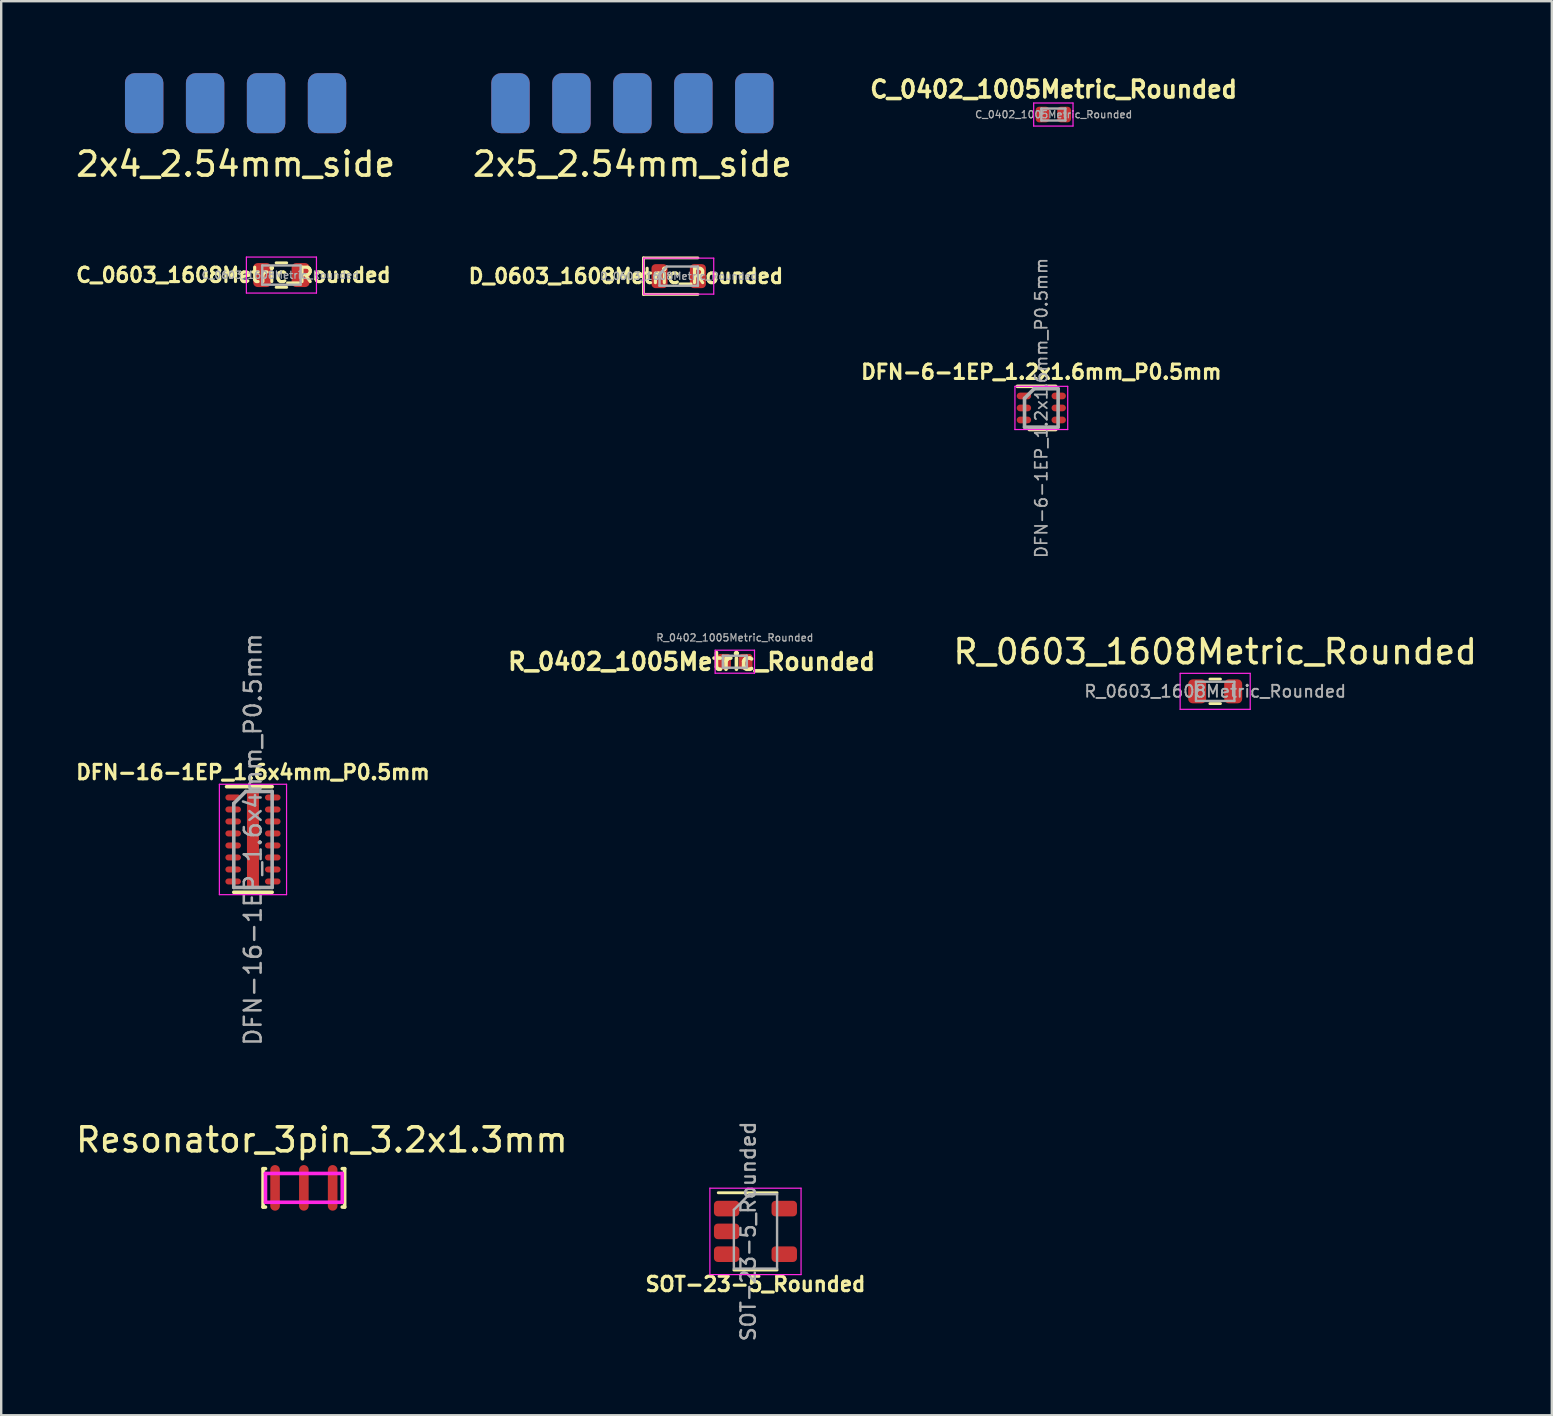
<source format=kicad_pcb>
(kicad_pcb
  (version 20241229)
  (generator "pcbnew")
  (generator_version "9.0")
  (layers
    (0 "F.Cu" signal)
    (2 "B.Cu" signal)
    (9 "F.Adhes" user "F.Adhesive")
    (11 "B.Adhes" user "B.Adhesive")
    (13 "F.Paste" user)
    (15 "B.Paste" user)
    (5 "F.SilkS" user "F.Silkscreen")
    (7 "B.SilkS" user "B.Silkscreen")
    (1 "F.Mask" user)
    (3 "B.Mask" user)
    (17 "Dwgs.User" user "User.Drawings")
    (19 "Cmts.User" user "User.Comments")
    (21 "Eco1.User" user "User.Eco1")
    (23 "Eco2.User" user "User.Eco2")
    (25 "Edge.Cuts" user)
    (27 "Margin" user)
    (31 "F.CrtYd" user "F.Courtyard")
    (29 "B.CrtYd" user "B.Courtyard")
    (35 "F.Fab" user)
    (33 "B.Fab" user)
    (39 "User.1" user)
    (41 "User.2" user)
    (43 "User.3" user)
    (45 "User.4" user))
  (footprint "C_0402_1005Metric_Rounded"
    (layer "F.Cu")
    (at 40.847 1.723)
    (property "Reference" "C_0402_1005Metric_Rounded" (at 0.013 -1.05 0) (layer "F.SilkS") (effects (font (size 0.7 0.7) (thickness 0.15))))
    (attr smd)
    (fp_line (start -0.82 -0.48) (end 0.82 -0.48) (stroke (width 0.05) (type solid)) (layer "F.CrtYd"))
    (fp_line (start -0.82 0.48) (end -0.82 -0.48) (stroke (width 0.05) (type solid)) (layer "F.CrtYd"))
    (fp_line (start 0.82 -0.48) (end 0.82 0.48) (stroke (width 0.05) (type solid)) (layer "F.CrtYd"))
    (fp_line (start 0.82 0.48) (end -0.82 0.48) (stroke (width 0.05) (type solid)) (layer "F.CrtYd"))
    (fp_line (start -0.5 -0.25) (end 0.5 -0.25) (stroke (width 0.1) (type solid)) (layer "F.Fab"))
    (fp_line (start -0.5 0.25) (end -0.5 -0.25) (stroke (width 0.1) (type solid)) (layer "F.Fab"))
    (fp_line (start 0.5 -0.25) (end 0.5 0.25) (stroke (width 0.1) (type solid)) (layer "F.Fab"))
    (fp_line (start 0.5 0.25) (end -0.5 0.25) (stroke (width 0.1) (type solid)) (layer "F.Fab"))
    (fp_text user "${REFERENCE}" (at 0.013 0 0) (layer "F.Fab") (effects (font (size 0.3 0.3) (thickness 0.05))))
    (pad "1" smd roundrect (at -0.45 0) (size 0.575 0.65) (layers "F.Cu" "F.Mask" "F.Paste") (roundrect_rratio 0.25))
    (pad "2" smd roundrect (at 0.45 0) (size 0.575 0.65) (layers "F.Cu" "F.Mask" "F.Paste") (roundrect_rratio 0.25)))
  (footprint "R_0603_1608Metric_Rounded"
    (layer "F.Cu")
    (at 47.591 25.761)
    (property "Reference" "R_0603_1608Metric_Rounded" (at 0 -1.65 0) (layer "F.SilkS") (effects (font (size 1 1) (thickness 0.15))))
    (attr smd)
    (fp_line (start -0.22 -0.51) (end 0.22 -0.51) (stroke (width 0.12) (type solid)) (layer "F.SilkS"))
    (fp_line (start -0.22 0.51) (end 0.22 0.51) (stroke (width 0.12) (type solid)) (layer "F.SilkS"))
    (fp_line (start -1.46 -0.75) (end 1.46 -0.75) (stroke (width 0.05) (type solid)) (layer "F.CrtYd"))
    (fp_line (start -1.46 0.75) (end -1.46 -0.75) (stroke (width 0.05) (type solid)) (layer "F.CrtYd"))
    (fp_line (start 1.46 -0.75) (end 1.46 0.75) (stroke (width 0.05) (type solid)) (layer "F.CrtYd"))
    (fp_line (start 1.46 0.75) (end -1.46 0.75) (stroke (width 0.05) (type solid)) (layer "F.CrtYd"))
    (fp_line (start -0.8 -0.4) (end 0.8 -0.4) (stroke (width 0.1) (type solid)) (layer "F.Fab"))
    (fp_line (start -0.8 0.4) (end -0.8 -0.4) (stroke (width 0.1) (type solid)) (layer "F.Fab"))
    (fp_line (start 0.8 -0.4) (end 0.8 0.4) (stroke (width 0.1) (type solid)) (layer "F.Fab"))
    (fp_line (start 0.8 0.4) (end -0.8 0.4) (stroke (width 0.1) (type solid)) (layer "F.Fab"))
    (fp_text user "${REFERENCE}" (at 0 0 0) (layer "F.Fab") (effects (font (size 0.5 0.5) (thickness 0.08))))
    (pad "1" smd roundrect (at -0.75 0) (size 0.75 1) (layers "F.Cu" "F.Mask" "F.Paste") (roundrect_rratio 0.25))
    (pad "2" smd roundrect (at 0.75 0) (size 0.75 1) (layers "F.Cu" "F.Mask" "F.Paste") (roundrect_rratio 0.25)))
  (footprint "C_0603_1608Metric_Rounded"
    (layer "F.Cu")
    (at 8.678 8.413)
    (property "Reference" "C_0603_1608Metric_Rounded" (at -2 0 0) (layer "F.SilkS") (effects (font (size 0.6 0.6) (thickness 0.13))))
    (attr smd)
    (fp_line (start -0.22 -0.51) (end 0.22 -0.51) (stroke (width 0.12) (type solid)) (layer "F.SilkS"))
    (fp_line (start -0.22 0.51) (end 0.22 0.51) (stroke (width 0.12) (type solid)) (layer "F.SilkS"))
    (fp_line (start -1.46 -0.75) (end 1.46 -0.75) (stroke (width 0.05) (type solid)) (layer "F.CrtYd"))
    (fp_line (start -1.46 0.75) (end -1.46 -0.75) (stroke (width 0.05) (type solid)) (layer "F.CrtYd"))
    (fp_line (start 1.46 -0.75) (end 1.46 0.75) (stroke (width 0.05) (type solid)) (layer "F.CrtYd"))
    (fp_line (start 1.46 0.75) (end -1.46 0.75) (stroke (width 0.05) (type solid)) (layer "F.CrtYd"))
    (fp_line (start -0.8 -0.4) (end 0.8 -0.4) (stroke (width 0.1) (type solid)) (layer "F.Fab"))
    (fp_line (start -0.8 0.4) (end -0.8 -0.4) (stroke (width 0.1) (type solid)) (layer "F.Fab"))
    (fp_line (start 0.8 -0.4) (end 0.8 0.4) (stroke (width 0.1) (type solid)) (layer "F.Fab"))
    (fp_line (start 0.8 0.4) (end -0.8 0.4) (stroke (width 0.1) (type solid)) (layer "F.Fab"))
    (fp_text user "${REFERENCE}" (at -0.05 0 0) (layer "F.Fab") (effects (font (size 0.3 0.3) (thickness 0.05))))
    (pad "1" smd roundrect (at -0.8 0) (size 0.75 1) (layers "F.Cu" "F.Mask" "F.Paste") (roundrect_rratio 0.25))
    (pad "2" smd roundrect (at 0.8 0) (size 0.75 1) (layers "F.Cu" "F.Mask" "F.Paste") (roundrect_rratio 0.25)))
  (footprint "2x5_2.54mm_side"
    (layer "F.Cu")
    (at 23.304 1.25)
    (property "Reference" "2x5_2.54mm_side" (at 0 2.54 0) (layer "F.SilkS") (effects (font (size 1 1) (thickness 0.15))))
    (attr through_hole)
    (pad "1" smd roundrect (at -5.08 0) (size 1.6 2.5) (layers "F.Cu" "F.Mask") (roundrect_rratio 0.25))
    (pad "2" smd roundrect (at -2.54 0) (size 1.6 2.5) (layers "F.Cu" "F.Mask") (roundrect_rratio 0.25))
    (pad "3" smd roundrect (at 0 0) (size 1.6 2.5) (layers "F.Cu" "F.Mask") (roundrect_rratio 0.25))
    (pad "4" smd roundrect (at 2.54 0) (size 1.6 2.5) (layers "F.Cu" "F.Mask") (roundrect_rratio 0.25))
    (pad "5" smd roundrect (at 5.08 0) (size 1.6 2.5) (layers "F.Cu" "F.Mask") (roundrect_rratio 0.25))
    (pad "6" smd roundrect (at 5.08 0) (size 1.6 2.5) (layers "B.Cu" "B.Mask") (roundrect_rratio 0.25))
    (pad "7" smd roundrect (at 2.54 0) (size 1.6 2.5) (layers "B.Cu" "B.Mask") (roundrect_rratio 0.25))
    (pad "8" smd roundrect (at 0 0) (size 1.6 2.5) (layers "B.Cu" "B.Mask") (roundrect_rratio 0.25))
    (pad "9" smd roundrect (at -2.54 0) (size 1.6 2.5) (layers "B.Cu" "B.Mask") (roundrect_rratio 0.25))
    (pad "10" smd roundrect (at -5.08 0) (size 1.6 2.5) (layers "B.Cu" "B.Mask") (roundrect_rratio 0.25)))
  (footprint "DFN-6-1EP_1.2x1.6mm_P0.5mm"
    (layer "F.Cu")
    (at 40.346 13.951)
    (property "Reference" "DFN-6-1EP_1.2x1.6mm_P0.5mm" (at 0 -1.5 0) (layer "F.SilkS") (effects (font (size 0.6 0.6) (thickness 0.13))))
    (attr smd)
    (fp_line (start -1 -0.9) (end 0.6 -0.9) (stroke (width 0.15) (type solid)) (layer "F.SilkS"))
    (fp_line (start -0.5 0.9) (end 0.6 0.9) (stroke (width 0.15) (type solid)) (layer "F.SilkS"))
    (fp_line (start -1.1 -0.9) (end -1.1 0.9) (stroke (width 0.05) (type solid)) (layer "F.CrtYd"))
    (fp_line (start -1.1 -0.9) (end 1.1 -0.9) (stroke (width 0.05) (type solid)) (layer "F.CrtYd"))
    (fp_line (start -1.1 0.9) (end 1.1 0.9) (stroke (width 0.05) (type solid)) (layer "F.CrtYd"))
    (fp_line (start 1.1 -0.9) (end 1.1 0.9) (stroke (width 0.05) (type solid)) (layer "F.CrtYd"))
    (fp_line (start -0.7 -0.4) (end -0.3 -0.8) (stroke (width 0.15) (type solid)) (layer "F.Fab"))
    (fp_line (start -0.7 0.8) (end -0.7 -0.4) (stroke (width 0.15) (type solid)) (layer "F.Fab"))
    (fp_line (start -0.3 -0.8) (end 0.7 -0.8) (stroke (width 0.15) (type solid)) (layer "F.Fab"))
    (fp_line (start 0.7 -0.8) (end 0.7 0.8) (stroke (width 0.15) (type solid)) (layer "F.Fab"))
    (fp_line (start 0.7 0.8) (end -0.7 0.8) (stroke (width 0.15) (type solid)) (layer "F.Fab"))
    (fp_text user "${REFERENCE}" (at 0 0 90) (layer "F.Fab") (effects (font (size 0.5 0.5) (thickness 0.075))))
    (pad "1" smd roundrect (at -0.725 -0.5) (size 0.6 0.28) (layers "F.Cu" "F.Mask" "F.Paste") (roundrect_rratio 0.5))
    (pad "2" smd roundrect (at -0.725 0) (size 0.6 0.28) (layers "F.Cu" "F.Mask" "F.Paste") (roundrect_rratio 0.5))
    (pad "3" smd roundrect (at -0.725 0.5) (size 0.6 0.28) (layers "F.Cu" "F.Mask" "F.Paste") (roundrect_rratio 0.5))
    (pad "4" smd roundrect (at 0.725 0.5) (size 0.6 0.28) (layers "F.Cu" "F.Mask" "F.Paste") (roundrect_rratio 0.5))
    (pad "5" smd roundrect (at 0.725 0) (size 0.6 0.28) (layers "F.Cu" "F.Mask" "F.Paste") (roundrect_rratio 0.5))
    (pad "6" smd roundrect (at 0.725 -0.5) (size 0.6 0.28) (layers "F.Cu" "F.Mask" "F.Paste") (roundrect_rratio 0.5)))
  (footprint "DFN-16-1EP_1.6x4mm_P0.5mm"
    (layer "F.Cu")
    (at 7.492 31.934)
    (property "Reference" "DFN-16-1EP_1.6x4mm_P0.5mm" (at 0 -2.8 0) (layer "F.SilkS") (effects (font (size 0.6 0.6) (thickness 0.13))))
    (attr smd)
    (fp_line (start -1.1 -2.2) (end 0.8 -2.2) (stroke (width 0.15) (type solid)) (layer "F.SilkS"))
    (fp_line (start -0.8 2.2) (end 0.8 2.2) (stroke (width 0.15) (type solid)) (layer "F.SilkS"))
    (fp_line (start -1.4 -2.3) (end -1.4 2.3) (stroke (width 0.05) (type solid)) (layer "F.CrtYd"))
    (fp_line (start -1.4 -2.3) (end 1.4 -2.3) (stroke (width 0.05) (type solid)) (layer "F.CrtYd"))
    (fp_line (start -1.4 2.3) (end 1.4 2.3) (stroke (width 0.05) (type solid)) (layer "F.CrtYd"))
    (fp_line (start 1.4 -2.3) (end 1.4 2.3) (stroke (width 0.05) (type solid)) (layer "F.CrtYd"))
    (fp_line (start -0.8 -1.5) (end -0.3 -2) (stroke (width 0.15) (type solid)) (layer "F.Fab"))
    (fp_line (start -0.8 2) (end -0.8 -1.5) (stroke (width 0.15) (type solid)) (layer "F.Fab"))
    (fp_line (start -0.3 -2) (end 0.8 -2) (stroke (width 0.15) (type solid)) (layer "F.Fab"))
    (fp_line (start 0.8 -2) (end 0.8 2) (stroke (width 0.15) (type solid)) (layer "F.Fab"))
    (fp_line (start 0.8 2) (end -0.8 2) (stroke (width 0.15) (type solid)) (layer "F.Fab"))
    (fp_text user "${REFERENCE}" (at 0 0 90) (layer "F.Fab") (effects (font (size 0.7 0.7) (thickness 0.105))))
    (pad "1" smd roundrect (at -0.825 -1.75) (size 0.65 0.25) (layers "F.Cu" "F.Mask" "F.Paste") (roundrect_rratio 0.5))
    (pad "2" smd roundrect (at -0.825 -1.25) (size 0.65 0.25) (layers "F.Cu" "F.Mask" "F.Paste") (roundrect_rratio 0.5))
    (pad "3" smd roundrect (at -0.825 -0.75) (size 0.65 0.25) (layers "F.Cu" "F.Mask" "F.Paste") (roundrect_rratio 0.5))
    (pad "4" smd roundrect (at -0.825 -0.25) (size 0.65 0.25) (layers "F.Cu" "F.Mask" "F.Paste") (roundrect_rratio 0.5))
    (pad "5" smd roundrect (at -0.825 0.25) (size 0.65 0.25) (layers "F.Cu" "F.Mask" "F.Paste") (roundrect_rratio 0.5))
    (pad "6" smd roundrect (at -0.825 0.75) (size 0.65 0.25) (layers "F.Cu" "F.Mask" "F.Paste") (roundrect_rratio 0.5))
    (pad "7" smd roundrect (at -0.825 1.25) (size 0.65 0.25) (layers "F.Cu" "F.Mask" "F.Paste") (roundrect_rratio 0.5))
    (pad "8" smd roundrect (at -0.825 1.75) (size 0.65 0.25) (layers "F.Cu" "F.Mask" "F.Paste") (roundrect_rratio 0.5))
    (pad "9" smd roundrect (at 0.825 1.75) (size 0.65 0.25) (layers "F.Cu" "F.Mask" "F.Paste") (roundrect_rratio 0.5))
    (pad "10" smd roundrect (at 0.825 1.25) (size 0.65 0.25) (layers "F.Cu" "F.Mask" "F.Paste") (roundrect_rratio 0.5))
    (pad "11" smd roundrect (at 0.825 0.75) (size 0.65 0.25) (layers "F.Cu" "F.Mask" "F.Paste") (roundrect_rratio 0.5))
    (pad "12" smd roundrect (at 0.825 0.25) (size 0.65 0.25) (layers "F.Cu" "F.Mask" "F.Paste") (roundrect_rratio 0.5))
    (pad "13" smd roundrect (at 0.825 -0.25) (size 0.65 0.25) (layers "F.Cu" "F.Mask" "F.Paste") (roundrect_rratio 0.5))
    (pad "14" smd roundrect (at 0.825 -0.75) (size 0.65 0.25) (layers "F.Cu" "F.Mask" "F.Paste") (roundrect_rratio 0.5))
    (pad "15" smd roundrect (at 0.825 -1.25) (size 0.65 0.25) (layers "F.Cu" "F.Mask" "F.Paste") (roundrect_rratio 0.5))
    (pad "16" smd roundrect (at 0.825 -1.75) (size 0.65 0.25) (layers "F.Cu" "F.Mask" "F.Paste") (roundrect_rratio 0.5))
    (pad "17" smd roundrect (at 0 0) (size 0.5 4.1) (layers "F.Cu" "F.Mask" "F.Paste") (roundrect_rratio 0.25)))
  (footprint "D_0603_1608Metric_Rounded"
    (layer "F.Cu")
    (at 25.234 8.458)
    (property "Reference" "D_0603_1608Metric_Rounded" (at -2.2 0 0) (layer "F.SilkS") (effects (font (size 0.6 0.6) (thickness 0.13))))
    (attr smd)
    (fp_line (start -1.47 -0.76) (end -1.47 0.76) (stroke (width 0.12) (type solid)) (layer "F.SilkS"))
    (fp_line (start -1.47 0.76) (end 0.8 0.76) (stroke (width 0.12) (type solid)) (layer "F.SilkS"))
    (fp_line (start 0.8 -0.76) (end -1.47 -0.76) (stroke (width 0.12) (type solid)) (layer "F.SilkS"))
    (fp_line (start -1.46 -0.75) (end 1.46 -0.75) (stroke (width 0.05) (type solid)) (layer "F.CrtYd"))
    (fp_line (start -1.46 0.75) (end -1.46 -0.75) (stroke (width 0.05) (type solid)) (layer "F.CrtYd"))
    (fp_line (start 1.46 -0.75) (end 1.46 0.75) (stroke (width 0.05) (type solid)) (layer "F.CrtYd"))
    (fp_line (start 1.46 0.75) (end -1.46 0.75) (stroke (width 0.05) (type solid)) (layer "F.CrtYd"))
    (fp_line (start -0.8 -0.1) (end -0.8 0.4) (stroke (width 0.1) (type solid)) (layer "F.Fab"))
    (fp_line (start -0.8 0.4) (end 0.8 0.4) (stroke (width 0.1) (type solid)) (layer "F.Fab"))
    (fp_line (start -0.5 -0.4) (end -0.8 -0.1) (stroke (width 0.1) (type solid)) (layer "F.Fab"))
    (fp_line (start 0.8 -0.4) (end -0.5 -0.4) (stroke (width 0.1) (type solid)) (layer "F.Fab"))
    (fp_line (start 0.8 0.4) (end 0.8 -0.4) (stroke (width 0.1) (type solid)) (layer "F.Fab"))
    (fp_text user "${REFERENCE}" (at 0 0 0) (layer "F.Fab") (effects (font (size 0.3 0.3) (thickness 0.05))))
    (pad "1" smd roundrect (at -0.8 0) (size 0.67 1) (layers "F.Cu" "F.Mask" "F.Paste") (roundrect_rratio 0.25))
    (pad "2" smd roundrect (at 0.8 0) (size 0.67 1) (layers "F.Cu" "F.Mask" "F.Paste") (roundrect_rratio 0.25)))
  (footprint "Resonator_3pin_3.2x1.3mm"
    (layer "F.Cu")
    (at 9.613 46.453)
    (property "Reference" "Resonator_3pin_3.2x1.3mm" (at 0.75 -2 0) (layer "F.SilkS") (effects (font (size 1 1) (thickness 0.15))))
    (attr through_hole)
    (fp_line (start -1.7 -0.8) (end -1.7 0.8) (stroke (width 0.15) (type solid)) (layer "F.SilkS"))
    (fp_line (start -1.7 0.8) (end -1.6 0.8) (stroke (width 0.15) (type solid)) (layer "F.SilkS"))
    (fp_line (start -1.6 -0.8) (end -1.7 -0.8) (stroke (width 0.15) (type solid)) (layer "F.SilkS"))
    (fp_line (start 1.6 -0.8) (end 1.7 -0.8) (stroke (width 0.15) (type solid)) (layer "F.SilkS"))
    (fp_line (start 1.7 -0.8) (end 1.7 0.8) (stroke (width 0.15) (type solid)) (layer "F.SilkS"))
    (fp_line (start 1.7 0.8) (end 1.6 0.8) (stroke (width 0.15) (type solid)) (layer "F.SilkS"))
    (fp_line (start -1.6 -0.6) (end 1.6 -0.6) (stroke (width 0.15) (type solid)) (layer "F.CrtYd"))
    (fp_line (start -1.6 0.6) (end -1.6 -0.6) (stroke (width 0.15) (type solid)) (layer "F.CrtYd"))
    (fp_line (start 1.6 -0.6) (end 1.6 0.6) (stroke (width 0.15) (type solid)) (layer "F.CrtYd"))
    (fp_line (start 1.6 0.6) (end -1.6 0.6) (stroke (width 0.15) (type solid)) (layer "F.CrtYd"))
    (pad "1" smd oval (at -1.2 0) (size 0.4 1.9) (layers "F.Cu" "F.Mask" "F.Paste"))
    (pad "2" smd oval (at 0 0) (size 0.4 1.9) (layers "F.Cu" "F.Mask" "F.Paste"))
    (pad "3" smd oval (at 1.2 0) (size 0.4 1.9) (layers "F.Cu" "F.Mask" "F.Paste")))
  (footprint "2x4_2.54mm_side"
    (layer "F.Cu")
    (at 6.768 1.25)
    (property "Reference" "2x4_2.54mm_side" (at 0 2.54 0) (layer "F.SilkS") (effects (font (size 1 1) (thickness 0.15))))
    (attr through_hole)
    (pad "1" smd roundrect (at -3.81 0) (size 1.6 2.5) (layers "F.Cu" "F.Mask") (roundrect_rratio 0.25))
    (pad "2" smd roundrect (at -1.27 0) (size 1.6 2.5) (layers "F.Cu" "F.Mask") (roundrect_rratio 0.25))
    (pad "3" smd roundrect (at 1.27 0) (size 1.6 2.5) (layers "F.Cu" "F.Mask") (roundrect_rratio 0.25))
    (pad "4" smd roundrect (at 3.81 0) (size 1.6 2.5) (layers "F.Cu" "F.Mask") (roundrect_rratio 0.25))
    (pad "5" smd roundrect (at -3.81 0) (size 1.6 2.5) (layers "B.Cu" "B.Mask") (roundrect_rratio 0.25))
    (pad "6" smd roundrect (at -1.27 0) (size 1.6 2.5) (layers "B.Cu" "B.Mask") (roundrect_rratio 0.25))
    (pad "7" smd roundrect (at 1.27 0) (size 1.6 2.5) (layers "B.Cu" "B.Mask") (roundrect_rratio 0.25))
    (pad "8" smd roundrect (at 3.81 0) (size 1.6 2.5) (layers "B.Cu" "B.Mask") (roundrect_rratio 0.25)))
  (footprint "R_0402_1005Metric_Rounded"
    (layer "F.Cu")
    (at 27.573 24.526)
    (property "Reference" "R_0402_1005Metric_Rounded" (at -1.8 0 0) (layer "F.SilkS") (effects (font (size 0.7 0.7) (thickness 0.15))))
    (attr smd)
    (fp_line (start -0.82 -0.48) (end 0.82 -0.48) (stroke (width 0.05) (type solid)) (layer "F.CrtYd"))
    (fp_line (start -0.82 0.48) (end -0.82 -0.48) (stroke (width 0.05) (type solid)) (layer "F.CrtYd"))
    (fp_line (start 0.82 -0.48) (end 0.82 0.48) (stroke (width 0.05) (type solid)) (layer "F.CrtYd"))
    (fp_line (start 0.82 0.48) (end -0.82 0.48) (stroke (width 0.05) (type solid)) (layer "F.CrtYd"))
    (fp_line (start -0.5 -0.25) (end 0.5 -0.25) (stroke (width 0.1) (type solid)) (layer "F.Fab"))
    (fp_line (start -0.5 0.25) (end -0.5 -0.25) (stroke (width 0.1) (type solid)) (layer "F.Fab"))
    (fp_line (start 0.5 -0.25) (end 0.5 0.25) (stroke (width 0.1) (type solid)) (layer "F.Fab"))
    (fp_line (start 0.5 0.25) (end -0.5 0.25) (stroke (width 0.1) (type solid)) (layer "F.Fab"))
    (fp_text user "${REFERENCE}" (at 0 -1 0) (layer "F.Fab") (effects (font (size 0.3 0.3) (thickness 0.05))))
    (pad "1" smd roundrect (at -0.45 0) (size 0.575 0.65) (layers "F.Cu" "F.Mask" "F.Paste") (roundrect_rratio 0.25))
    (pad "2" smd roundrect (at 0.45 0) (size 0.575 0.65) (layers "F.Cu" "F.Mask" "F.Paste") (roundrect_rratio 0.25)))
  (footprint "SOT-23-5_Rounded"
    (layer "F.Cu")
    (at 28.433 48.266)
    (property "Reference" "SOT-23-5_Rounded" (at 0 2.2 0) (layer "F.SilkS") (effects (font (size 0.6 0.6) (thickness 0.13))))
    (attr smd)
    (fp_line (start -0.9 1.61) (end 0.9 1.61) (stroke (width 0.12) (type solid)) (layer "F.SilkS"))
    (fp_line (start 0.9 -1.61) (end -1.55 -1.61) (stroke (width 0.12) (type solid)) (layer "F.SilkS"))
    (fp_line (start -1.9 -1.8) (end 1.9 -1.8) (stroke (width 0.05) (type solid)) (layer "F.CrtYd"))
    (fp_line (start -1.9 1.8) (end -1.9 -1.8) (stroke (width 0.05) (type solid)) (layer "F.CrtYd"))
    (fp_line (start 1.9 -1.8) (end 1.9 1.8) (stroke (width 0.05) (type solid)) (layer "F.CrtYd"))
    (fp_line (start 1.9 1.8) (end -1.9 1.8) (stroke (width 0.05) (type solid)) (layer "F.CrtYd"))
    (fp_line (start -0.9 -0.9) (end -0.9 1.55) (stroke (width 0.1) (type solid)) (layer "F.Fab"))
    (fp_line (start -0.9 -0.9) (end -0.25 -1.55) (stroke (width 0.1) (type solid)) (layer "F.Fab"))
    (fp_line (start 0.9 -1.55) (end -0.25 -1.55) (stroke (width 0.1) (type solid)) (layer "F.Fab"))
    (fp_line (start 0.9 -1.55) (end 0.9 1.55) (stroke (width 0.1) (type solid)) (layer "F.Fab"))
    (fp_line (start 0.9 1.55) (end -0.9 1.55) (stroke (width 0.1) (type solid)) (layer "F.Fab"))
    (fp_text user "${REFERENCE}" (at -0.3 0 90) (layer "F.Fab") (effects (font (size 0.6 0.6) (thickness 0.1))))
    (pad "1" smd roundrect (at -1.2 -0.95) (size 1.06 0.65) (layers "F.Cu" "F.Mask" "F.Paste") (roundrect_rratio 0.25))
    (pad "2" smd roundrect (at -1.2 0) (size 1.06 0.65) (layers "F.Cu" "F.Mask" "F.Paste") (roundrect_rratio 0.25))
    (pad "3" smd roundrect (at -1.2 0.95) (size 1.06 0.65) (layers "F.Cu" "F.Mask" "F.Paste") (roundrect_rratio 0.25))
    (pad "4" smd roundrect (at 1.2 0.95) (size 1.06 0.65) (layers "F.Cu" "F.Mask" "F.Paste") (roundrect_rratio 0.25))
    (pad "5" smd roundrect (at 1.2 -0.95) (size 1.06 0.65) (layers "F.Cu" "F.Mask" "F.Paste") (roundrect_rratio 0.25)))
  (gr_rect
    (start -3 -3)
    (end 61.62 55.928)
    (stroke (width 0.1) (type default))
    (fill no)
    (layer "Edge.Cuts")))
</source>
